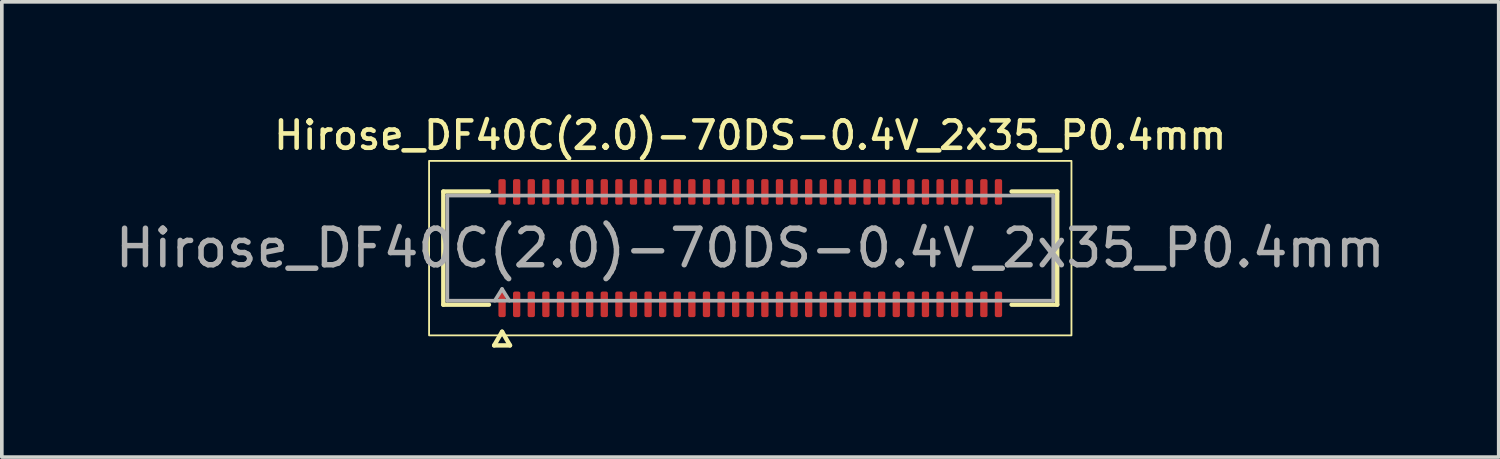
<source format=kicad_pcb>
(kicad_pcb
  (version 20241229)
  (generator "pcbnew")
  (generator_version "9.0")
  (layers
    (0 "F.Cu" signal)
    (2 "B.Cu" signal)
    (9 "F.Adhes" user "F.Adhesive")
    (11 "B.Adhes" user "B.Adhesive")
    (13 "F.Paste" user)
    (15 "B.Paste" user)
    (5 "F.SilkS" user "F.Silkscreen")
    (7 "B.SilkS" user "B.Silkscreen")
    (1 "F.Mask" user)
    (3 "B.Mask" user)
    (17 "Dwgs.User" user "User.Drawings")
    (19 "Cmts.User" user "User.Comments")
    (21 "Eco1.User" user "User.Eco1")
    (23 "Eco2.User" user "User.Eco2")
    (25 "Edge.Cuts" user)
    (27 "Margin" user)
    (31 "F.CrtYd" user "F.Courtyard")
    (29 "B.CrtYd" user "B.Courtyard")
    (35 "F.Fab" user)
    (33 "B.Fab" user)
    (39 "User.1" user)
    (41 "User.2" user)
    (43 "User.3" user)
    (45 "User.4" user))
  (footprint "Hirose_DF40C(2.0)-70DS-0.4V_2x35_P0.4mm"
    (layer "F.Cu")
    (at 17.506 3.748)
    (property "Reference" "Hirose_DF40C(2.0)-70DS-0.4V_2x35_P0.4mm" (at 0 -3.09 0) (layer "F.SilkS") (effects (font (size 0.75 0.75) (thickness 0.125))))
    (attr smd)
    (fp_line (start -8.41 -1.55) (end -7.16 -1.55) (stroke (width 0.12) (type solid)) (layer "F.SilkS"))
    (fp_line (start -8.41 1.55) (end -8.41 -1.55) (stroke (width 0.12) (type solid)) (layer "F.SilkS"))
    (fp_line (start -7.16 1.55) (end -8.41 1.55) (stroke (width 0.12) (type solid)) (layer "F.SilkS"))
    (fp_line (start -7.017 2.665) (end -6.8 2.29) (stroke (width 0.12) (type solid)) (layer "F.SilkS"))
    (fp_line (start -6.8 2.29) (end -6.583 2.665) (stroke (width 0.12) (type solid)) (layer "F.SilkS"))
    (fp_line (start -6.583 2.665) (end -7.017 2.665) (stroke (width 0.12) (type solid)) (layer "F.SilkS"))
    (fp_line (start 7.16 -1.55) (end 8.41 -1.55) (stroke (width 0.12) (type solid)) (layer "F.SilkS"))
    (fp_line (start 8.41 -1.55) (end 8.41 1.55) (stroke (width 0.12) (type solid)) (layer "F.SilkS"))
    (fp_line (start 8.41 1.55) (end 7.16 1.55) (stroke (width 0.12) (type solid)) (layer "F.SilkS"))
    (fp_rect (start -8.8 -2.39) (end 8.8 2.39) (stroke (width 0.05) (type solid)) (fill no) (layer "F.SilkS"))
    (fp_line (start -8.3 -1.44) (end 8.3 -1.44) (stroke (width 0.1) (type solid)) (layer "F.Fab"))
    (fp_line (start -8.3 1.44) (end -8.3 -1.44) (stroke (width 0.1) (type solid)) (layer "F.Fab"))
    (fp_line (start -7 1.44) (end -6.8 1.12) (stroke (width 0.1) (type solid)) (layer "F.Fab"))
    (fp_line (start -6.8 1.12) (end -6.6 1.44) (stroke (width 0.1) (type solid)) (layer "F.Fab"))
    (fp_line (start 8.3 -1.44) (end 8.3 1.44) (stroke (width 0.1) (type solid)) (layer "F.Fab"))
    (fp_line (start 8.3 1.44) (end -8.3 1.44) (stroke (width 0.1) (type solid)) (layer "F.Fab"))
    (fp_text user "${REFERENCE}" (at 0 0 0) (layer "F.Fab") (effects (font (size 1 1) (thickness 0.15))))
    (pad "1" smd roundrect (at -6.8 1.54) (size 0.2 0.7) (layers "F.Cu" "F.Mask" "F.Paste") (roundrect_rratio 0.25))
    (pad "2" smd roundrect (at -6.8 -1.54) (size 0.2 0.7) (layers "F.Cu" "F.Mask" "F.Paste") (roundrect_rratio 0.25))
    (pad "3" smd roundrect (at -6.4 1.54) (size 0.2 0.7) (layers "F.Cu" "F.Mask" "F.Paste") (roundrect_rratio 0.25))
    (pad "4" smd roundrect (at -6.4 -1.54) (size 0.2 0.7) (layers "F.Cu" "F.Mask" "F.Paste") (roundrect_rratio 0.25))
    (pad "5" smd roundrect (at -6 1.54) (size 0.2 0.7) (layers "F.Cu" "F.Mask" "F.Paste") (roundrect_rratio 0.25))
    (pad "6" smd roundrect (at -6 -1.54) (size 0.2 0.7) (layers "F.Cu" "F.Mask" "F.Paste") (roundrect_rratio 0.25))
    (pad "7" smd roundrect (at -5.6 1.54) (size 0.2 0.7) (layers "F.Cu" "F.Mask" "F.Paste") (roundrect_rratio 0.25))
    (pad "8" smd roundrect (at -5.6 -1.54) (size 0.2 0.7) (layers "F.Cu" "F.Mask" "F.Paste") (roundrect_rratio 0.25))
    (pad "9" smd roundrect (at -5.2 1.54) (size 0.2 0.7) (layers "F.Cu" "F.Mask" "F.Paste") (roundrect_rratio 0.25))
    (pad "10" smd roundrect (at -5.2 -1.54) (size 0.2 0.7) (layers "F.Cu" "F.Mask" "F.Paste") (roundrect_rratio 0.25))
    (pad "11" smd roundrect (at -4.8 1.54) (size 0.2 0.7) (layers "F.Cu" "F.Mask" "F.Paste") (roundrect_rratio 0.25))
    (pad "12" smd roundrect (at -4.8 -1.54) (size 0.2 0.7) (layers "F.Cu" "F.Mask" "F.Paste") (roundrect_rratio 0.25))
    (pad "13" smd roundrect (at -4.4 1.54) (size 0.2 0.7) (layers "F.Cu" "F.Mask" "F.Paste") (roundrect_rratio 0.25))
    (pad "14" smd roundrect (at -4.4 -1.54) (size 0.2 0.7) (layers "F.Cu" "F.Mask" "F.Paste") (roundrect_rratio 0.25))
    (pad "15" smd roundrect (at -4 1.54) (size 0.2 0.7) (layers "F.Cu" "F.Mask" "F.Paste") (roundrect_rratio 0.25))
    (pad "16" smd roundrect (at -4 -1.54) (size 0.2 0.7) (layers "F.Cu" "F.Mask" "F.Paste") (roundrect_rratio 0.25))
    (pad "17" smd roundrect (at -3.6 1.54) (size 0.2 0.7) (layers "F.Cu" "F.Mask" "F.Paste") (roundrect_rratio 0.25))
    (pad "18" smd roundrect (at -3.6 -1.54) (size 0.2 0.7) (layers "F.Cu" "F.Mask" "F.Paste") (roundrect_rratio 0.25))
    (pad "19" smd roundrect (at -3.2 1.54) (size 0.2 0.7) (layers "F.Cu" "F.Mask" "F.Paste") (roundrect_rratio 0.25))
    (pad "20" smd roundrect (at -3.2 -1.54) (size 0.2 0.7) (layers "F.Cu" "F.Mask" "F.Paste") (roundrect_rratio 0.25))
    (pad "21" smd roundrect (at -2.8 1.54) (size 0.2 0.7) (layers "F.Cu" "F.Mask" "F.Paste") (roundrect_rratio 0.25))
    (pad "22" smd roundrect (at -2.8 -1.54) (size 0.2 0.7) (layers "F.Cu" "F.Mask" "F.Paste") (roundrect_rratio 0.25))
    (pad "23" smd roundrect (at -2.4 1.54) (size 0.2 0.7) (layers "F.Cu" "F.Mask" "F.Paste") (roundrect_rratio 0.25))
    (pad "24" smd roundrect (at -2.4 -1.54) (size 0.2 0.7) (layers "F.Cu" "F.Mask" "F.Paste") (roundrect_rratio 0.25))
    (pad "25" smd roundrect (at -2 1.54) (size 0.2 0.7) (layers "F.Cu" "F.Mask" "F.Paste") (roundrect_rratio 0.25))
    (pad "26" smd roundrect (at -2 -1.54) (size 0.2 0.7) (layers "F.Cu" "F.Mask" "F.Paste") (roundrect_rratio 0.25))
    (pad "27" smd roundrect (at -1.6 1.54) (size 0.2 0.7) (layers "F.Cu" "F.Mask" "F.Paste") (roundrect_rratio 0.25))
    (pad "28" smd roundrect (at -1.6 -1.54) (size 0.2 0.7) (layers "F.Cu" "F.Mask" "F.Paste") (roundrect_rratio 0.25))
    (pad "29" smd roundrect (at -1.2 1.54) (size 0.2 0.7) (layers "F.Cu" "F.Mask" "F.Paste") (roundrect_rratio 0.25))
    (pad "30" smd roundrect (at -1.2 -1.54) (size 0.2 0.7) (layers "F.Cu" "F.Mask" "F.Paste") (roundrect_rratio 0.25))
    (pad "31" smd roundrect (at -0.8 1.54) (size 0.2 0.7) (layers "F.Cu" "F.Mask" "F.Paste") (roundrect_rratio 0.25))
    (pad "32" smd roundrect (at -0.8 -1.54) (size 0.2 0.7) (layers "F.Cu" "F.Mask" "F.Paste") (roundrect_rratio 0.25))
    (pad "33" smd roundrect (at -0.4 1.54) (size 0.2 0.7) (layers "F.Cu" "F.Mask" "F.Paste") (roundrect_rratio 0.25))
    (pad "34" smd roundrect (at -0.4 -1.54) (size 0.2 0.7) (layers "F.Cu" "F.Mask" "F.Paste") (roundrect_rratio 0.25))
    (pad "35" smd roundrect (at 0 1.54) (size 0.2 0.7) (layers "F.Cu" "F.Mask" "F.Paste") (roundrect_rratio 0.25))
    (pad "36" smd roundrect (at 0 -1.54) (size 0.2 0.7) (layers "F.Cu" "F.Mask" "F.Paste") (roundrect_rratio 0.25))
    (pad "37" smd roundrect (at 0.4 1.54) (size 0.2 0.7) (layers "F.Cu" "F.Mask" "F.Paste") (roundrect_rratio 0.25))
    (pad "38" smd roundrect (at 0.4 -1.54) (size 0.2 0.7) (layers "F.Cu" "F.Mask" "F.Paste") (roundrect_rratio 0.25))
    (pad "39" smd roundrect (at 0.8 1.54) (size 0.2 0.7) (layers "F.Cu" "F.Mask" "F.Paste") (roundrect_rratio 0.25))
    (pad "40" smd roundrect (at 0.8 -1.54) (size 0.2 0.7) (layers "F.Cu" "F.Mask" "F.Paste") (roundrect_rratio 0.25))
    (pad "41" smd roundrect (at 1.2 1.54) (size 0.2 0.7) (layers "F.Cu" "F.Mask" "F.Paste") (roundrect_rratio 0.25))
    (pad "42" smd roundrect (at 1.2 -1.54) (size 0.2 0.7) (layers "F.Cu" "F.Mask" "F.Paste") (roundrect_rratio 0.25))
    (pad "43" smd roundrect (at 1.6 1.54) (size 0.2 0.7) (layers "F.Cu" "F.Mask" "F.Paste") (roundrect_rratio 0.25))
    (pad "44" smd roundrect (at 1.6 -1.54) (size 0.2 0.7) (layers "F.Cu" "F.Mask" "F.Paste") (roundrect_rratio 0.25))
    (pad "45" smd roundrect (at 2 1.54) (size 0.2 0.7) (layers "F.Cu" "F.Mask" "F.Paste") (roundrect_rratio 0.25))
    (pad "46" smd roundrect (at 2 -1.54) (size 0.2 0.7) (layers "F.Cu" "F.Mask" "F.Paste") (roundrect_rratio 0.25))
    (pad "47" smd roundrect (at 2.4 1.54) (size 0.2 0.7) (layers "F.Cu" "F.Mask" "F.Paste") (roundrect_rratio 0.25))
    (pad "48" smd roundrect (at 2.4 -1.54) (size 0.2 0.7) (layers "F.Cu" "F.Mask" "F.Paste") (roundrect_rratio 0.25))
    (pad "49" smd roundrect (at 2.8 1.54) (size 0.2 0.7) (layers "F.Cu" "F.Mask" "F.Paste") (roundrect_rratio 0.25))
    (pad "50" smd roundrect (at 2.8 -1.54) (size 0.2 0.7) (layers "F.Cu" "F.Mask" "F.Paste") (roundrect_rratio 0.25))
    (pad "51" smd roundrect (at 3.2 1.54) (size 0.2 0.7) (layers "F.Cu" "F.Mask" "F.Paste") (roundrect_rratio 0.25))
    (pad "52" smd roundrect (at 3.2 -1.54) (size 0.2 0.7) (layers "F.Cu" "F.Mask" "F.Paste") (roundrect_rratio 0.25))
    (pad "53" smd roundrect (at 3.6 1.54) (size 0.2 0.7) (layers "F.Cu" "F.Mask" "F.Paste") (roundrect_rratio 0.25))
    (pad "54" smd roundrect (at 3.6 -1.54) (size 0.2 0.7) (layers "F.Cu" "F.Mask" "F.Paste") (roundrect_rratio 0.25))
    (pad "55" smd roundrect (at 4 1.54) (size 0.2 0.7) (layers "F.Cu" "F.Mask" "F.Paste") (roundrect_rratio 0.25))
    (pad "56" smd roundrect (at 4 -1.54) (size 0.2 0.7) (layers "F.Cu" "F.Mask" "F.Paste") (roundrect_rratio 0.25))
    (pad "57" smd roundrect (at 4.4 1.54) (size 0.2 0.7) (layers "F.Cu" "F.Mask" "F.Paste") (roundrect_rratio 0.25))
    (pad "58" smd roundrect (at 4.4 -1.54) (size 0.2 0.7) (layers "F.Cu" "F.Mask" "F.Paste") (roundrect_rratio 0.25))
    (pad "59" smd roundrect (at 4.8 1.54) (size 0.2 0.7) (layers "F.Cu" "F.Mask" "F.Paste") (roundrect_rratio 0.25))
    (pad "60" smd roundrect (at 4.8 -1.54) (size 0.2 0.7) (layers "F.Cu" "F.Mask" "F.Paste") (roundrect_rratio 0.25))
    (pad "61" smd roundrect (at 5.2 1.54) (size 0.2 0.7) (layers "F.Cu" "F.Mask" "F.Paste") (roundrect_rratio 0.25))
    (pad "62" smd roundrect (at 5.2 -1.54) (size 0.2 0.7) (layers "F.Cu" "F.Mask" "F.Paste") (roundrect_rratio 0.25))
    (pad "63" smd roundrect (at 5.6 1.54) (size 0.2 0.7) (layers "F.Cu" "F.Mask" "F.Paste") (roundrect_rratio 0.25))
    (pad "64" smd roundrect (at 5.6 -1.54) (size 0.2 0.7) (layers "F.Cu" "F.Mask" "F.Paste") (roundrect_rratio 0.25))
    (pad "65" smd roundrect (at 6 1.54) (size 0.2 0.7) (layers "F.Cu" "F.Mask" "F.Paste") (roundrect_rratio 0.25))
    (pad "66" smd roundrect (at 6 -1.54) (size 0.2 0.7) (layers "F.Cu" "F.Mask" "F.Paste") (roundrect_rratio 0.25))
    (pad "67" smd roundrect (at 6.4 1.54) (size 0.2 0.7) (layers "F.Cu" "F.Mask" "F.Paste") (roundrect_rratio 0.25))
    (pad "68" smd roundrect (at 6.4 -1.54) (size 0.2 0.7) (layers "F.Cu" "F.Mask" "F.Paste") (roundrect_rratio 0.25))
    (pad "69" smd roundrect (at 6.8 1.54) (size 0.2 0.7) (layers "F.Cu" "F.Mask" "F.Paste") (roundrect_rratio 0.25))
    (pad "70" smd roundrect (at 6.8 -1.54) (size 0.2 0.7) (layers "F.Cu" "F.Mask" "F.Paste") (roundrect_rratio 0.25)))
  (gr_rect
    (start -3 -3)
    (end 38.012 9.473)
    (stroke (width 0.1) (type default))
    (fill no)
    (layer "Edge.Cuts")))
</source>
